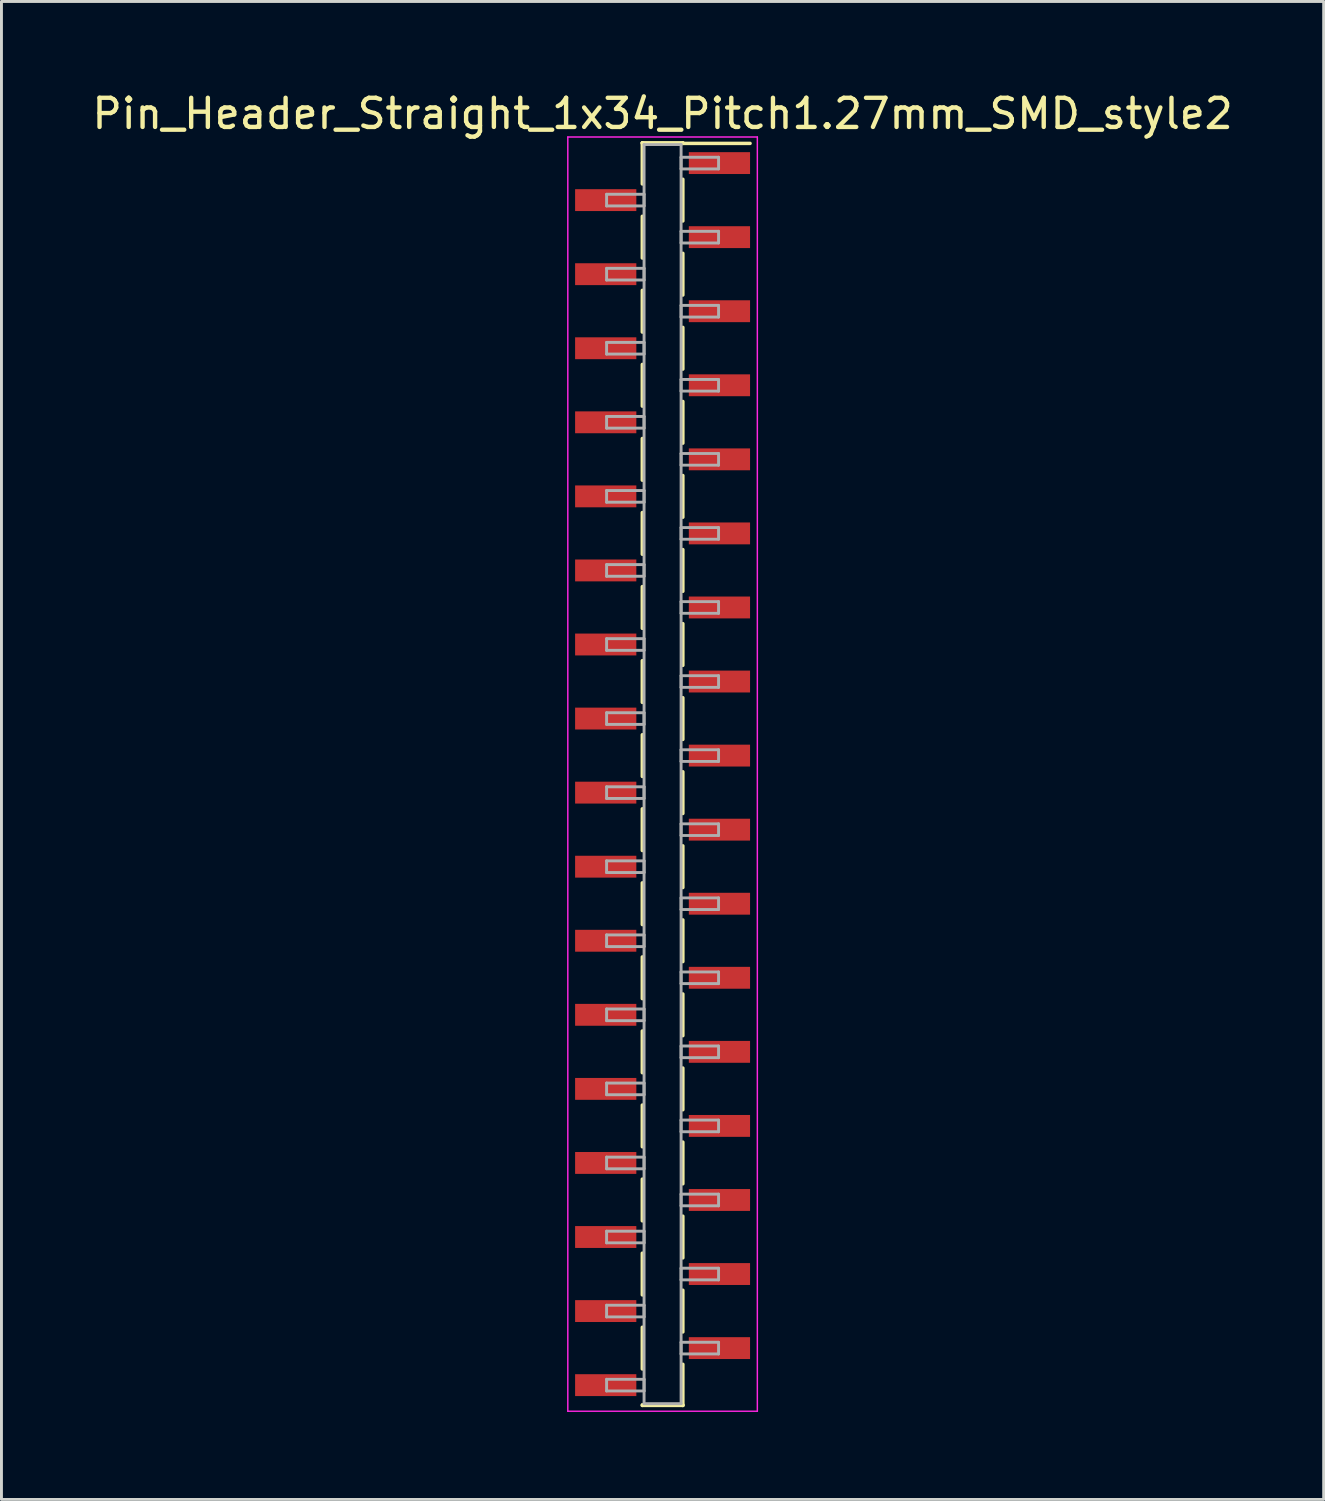
<source format=kicad_pcb>
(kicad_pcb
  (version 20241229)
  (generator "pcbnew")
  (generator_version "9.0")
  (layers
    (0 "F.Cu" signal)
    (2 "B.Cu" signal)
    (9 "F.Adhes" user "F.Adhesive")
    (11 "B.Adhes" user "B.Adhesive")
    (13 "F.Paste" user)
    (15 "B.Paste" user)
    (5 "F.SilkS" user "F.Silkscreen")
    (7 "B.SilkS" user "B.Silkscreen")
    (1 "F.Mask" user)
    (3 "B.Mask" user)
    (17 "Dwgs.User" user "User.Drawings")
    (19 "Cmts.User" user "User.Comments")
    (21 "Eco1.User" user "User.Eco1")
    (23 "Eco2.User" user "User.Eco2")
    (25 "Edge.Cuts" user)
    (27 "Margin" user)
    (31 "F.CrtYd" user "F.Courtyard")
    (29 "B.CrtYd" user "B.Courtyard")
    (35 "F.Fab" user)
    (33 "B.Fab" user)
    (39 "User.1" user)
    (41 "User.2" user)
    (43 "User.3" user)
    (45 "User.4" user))
  (footprint "Pin_Header_Straight_1x34_Pitch1.27mm_SMD_style2"
    (layer "F.Cu")
    (at 19.673 23.498)
    (property "Reference" "Pin_Header_Straight_1x34_Pitch1.27mm_SMD_style2" (at 0 -22.65 0) (layer "F.SilkS") (effects (font (size 1 1) (thickness 0.15))))
    (attr smd)
    (fp_line (start -0.695 -21.65) (end -0.695 -20.24) (stroke (width 0.12) (type solid)) (layer "F.SilkS"))
    (fp_line (start -0.695 -21.65) (end 0.695 -21.65) (stroke (width 0.12) (type solid)) (layer "F.SilkS"))
    (fp_line (start -0.695 -21.63) (end -0.695 -21.65) (stroke (width 0.12) (type solid)) (layer "F.SilkS"))
    (fp_line (start -0.695 -19.13) (end -0.695 -17.7) (stroke (width 0.12) (type solid)) (layer "F.SilkS"))
    (fp_line (start -0.695 -16.59) (end -0.695 -15.16) (stroke (width 0.12) (type solid)) (layer "F.SilkS"))
    (fp_line (start -0.695 -14.05) (end -0.695 -12.62) (stroke (width 0.12) (type solid)) (layer "F.SilkS"))
    (fp_line (start -0.695 -11.51) (end -0.695 -10.08) (stroke (width 0.12) (type solid)) (layer "F.SilkS"))
    (fp_line (start -0.695 -8.97) (end -0.695 -7.54) (stroke (width 0.12) (type solid)) (layer "F.SilkS"))
    (fp_line (start -0.695 -6.43) (end -0.695 -5) (stroke (width 0.12) (type solid)) (layer "F.SilkS"))
    (fp_line (start -0.695 -3.89) (end -0.695 -2.46) (stroke (width 0.12) (type solid)) (layer "F.SilkS"))
    (fp_line (start -0.695 -1.35) (end -0.695 0.08) (stroke (width 0.12) (type solid)) (layer "F.SilkS"))
    (fp_line (start -0.695 1.19) (end -0.695 2.62) (stroke (width 0.12) (type solid)) (layer "F.SilkS"))
    (fp_line (start -0.695 3.73) (end -0.695 5.16) (stroke (width 0.12) (type solid)) (layer "F.SilkS"))
    (fp_line (start -0.695 6.27) (end -0.695 7.7) (stroke (width 0.12) (type solid)) (layer "F.SilkS"))
    (fp_line (start -0.695 8.81) (end -0.695 10.24) (stroke (width 0.12) (type solid)) (layer "F.SilkS"))
    (fp_line (start -0.695 11.35) (end -0.695 12.78) (stroke (width 0.12) (type solid)) (layer "F.SilkS"))
    (fp_line (start -0.695 13.89) (end -0.695 15.32) (stroke (width 0.12) (type solid)) (layer "F.SilkS"))
    (fp_line (start -0.695 16.43) (end -0.695 17.86) (stroke (width 0.12) (type solid)) (layer "F.SilkS"))
    (fp_line (start -0.695 18.97) (end -0.695 20.4) (stroke (width 0.12) (type solid)) (layer "F.SilkS"))
    (fp_line (start -0.695 21.63) (end -0.695 21.65) (stroke (width 0.12) (type solid)) (layer "F.SilkS"))
    (fp_line (start -0.695 21.65) (end 0.695 21.65) (stroke (width 0.12) (type solid)) (layer "F.SilkS"))
    (fp_line (start 0.695 -21.65) (end 0.695 -21.63) (stroke (width 0.12) (type solid)) (layer "F.SilkS"))
    (fp_line (start 0.695 -21.63) (end 3 -21.63) (stroke (width 0.12) (type solid)) (layer "F.SilkS"))
    (fp_line (start 0.695 -20.4) (end 0.695 -18.97) (stroke (width 0.12) (type solid)) (layer "F.SilkS"))
    (fp_line (start 0.695 -17.86) (end 0.695 -16.43) (stroke (width 0.12) (type solid)) (layer "F.SilkS"))
    (fp_line (start 0.695 -15.32) (end 0.695 -13.89) (stroke (width 0.12) (type solid)) (layer "F.SilkS"))
    (fp_line (start 0.695 -12.78) (end 0.695 -11.35) (stroke (width 0.12) (type solid)) (layer "F.SilkS"))
    (fp_line (start 0.695 -10.24) (end 0.695 -8.81) (stroke (width 0.12) (type solid)) (layer "F.SilkS"))
    (fp_line (start 0.695 -7.7) (end 0.695 -6.27) (stroke (width 0.12) (type solid)) (layer "F.SilkS"))
    (fp_line (start 0.695 -5.16) (end 0.695 -3.73) (stroke (width 0.12) (type solid)) (layer "F.SilkS"))
    (fp_line (start 0.695 -2.62) (end 0.695 -1.19) (stroke (width 0.12) (type solid)) (layer "F.SilkS"))
    (fp_line (start 0.695 -0.08) (end 0.695 1.35) (stroke (width 0.12) (type solid)) (layer "F.SilkS"))
    (fp_line (start 0.695 2.46) (end 0.695 3.89) (stroke (width 0.12) (type solid)) (layer "F.SilkS"))
    (fp_line (start 0.695 5) (end 0.695 6.43) (stroke (width 0.12) (type solid)) (layer "F.SilkS"))
    (fp_line (start 0.695 7.54) (end 0.695 8.97) (stroke (width 0.12) (type solid)) (layer "F.SilkS"))
    (fp_line (start 0.695 10.08) (end 0.695 11.51) (stroke (width 0.12) (type solid)) (layer "F.SilkS"))
    (fp_line (start 0.695 12.62) (end 0.695 14.05) (stroke (width 0.12) (type solid)) (layer "F.SilkS"))
    (fp_line (start 0.695 15.16) (end 0.695 16.59) (stroke (width 0.12) (type solid)) (layer "F.SilkS"))
    (fp_line (start 0.695 17.7) (end 0.695 19.13) (stroke (width 0.12) (type solid)) (layer "F.SilkS"))
    (fp_line (start 0.695 20.24) (end 0.695 21.65) (stroke (width 0.12) (type solid)) (layer "F.SilkS"))
    (fp_line (start 0.695 21.65) (end 0.695 21.63) (stroke (width 0.12) (type solid)) (layer "F.SilkS"))
    (fp_line (start -3.25 -21.85) (end -3.25 21.85) (stroke (width 0.05) (type solid)) (layer "F.CrtYd"))
    (fp_line (start -3.25 21.85) (end 3.25 21.85) (stroke (width 0.05) (type solid)) (layer "F.CrtYd"))
    (fp_line (start 3.25 -21.85) (end -3.25 -21.85) (stroke (width 0.05) (type solid)) (layer "F.CrtYd"))
    (fp_line (start 3.25 21.85) (end 3.25 -21.85) (stroke (width 0.05) (type solid)) (layer "F.CrtYd"))
    (fp_line (start -1.92 -19.885) (end -0.635 -19.885) (stroke (width 0.1) (type solid)) (layer "F.Fab"))
    (fp_line (start -1.92 -19.485) (end -1.92 -19.885) (stroke (width 0.1) (type solid)) (layer "F.Fab"))
    (fp_line (start -1.92 -17.345) (end -0.635 -17.345) (stroke (width 0.1) (type solid)) (layer "F.Fab"))
    (fp_line (start -1.92 -16.945) (end -1.92 -17.345) (stroke (width 0.1) (type solid)) (layer "F.Fab"))
    (fp_line (start -1.92 -14.805) (end -0.635 -14.805) (stroke (width 0.1) (type solid)) (layer "F.Fab"))
    (fp_line (start -1.92 -14.405) (end -1.92 -14.805) (stroke (width 0.1) (type solid)) (layer "F.Fab"))
    (fp_line (start -1.92 -12.265) (end -0.635 -12.265) (stroke (width 0.1) (type solid)) (layer "F.Fab"))
    (fp_line (start -1.92 -11.865) (end -1.92 -12.265) (stroke (width 0.1) (type solid)) (layer "F.Fab"))
    (fp_line (start -1.92 -9.725) (end -0.635 -9.725) (stroke (width 0.1) (type solid)) (layer "F.Fab"))
    (fp_line (start -1.92 -9.325) (end -1.92 -9.725) (stroke (width 0.1) (type solid)) (layer "F.Fab"))
    (fp_line (start -1.92 -7.185) (end -0.635 -7.185) (stroke (width 0.1) (type solid)) (layer "F.Fab"))
    (fp_line (start -1.92 -6.785) (end -1.92 -7.185) (stroke (width 0.1) (type solid)) (layer "F.Fab"))
    (fp_line (start -1.92 -4.645) (end -0.635 -4.645) (stroke (width 0.1) (type solid)) (layer "F.Fab"))
    (fp_line (start -1.92 -4.245) (end -1.92 -4.645) (stroke (width 0.1) (type solid)) (layer "F.Fab"))
    (fp_line (start -1.92 -2.105) (end -0.635 -2.105) (stroke (width 0.1) (type solid)) (layer "F.Fab"))
    (fp_line (start -1.92 -1.705) (end -1.92 -2.105) (stroke (width 0.1) (type solid)) (layer "F.Fab"))
    (fp_line (start -1.92 0.435) (end -0.635 0.435) (stroke (width 0.1) (type solid)) (layer "F.Fab"))
    (fp_line (start -1.92 0.835) (end -1.92 0.435) (stroke (width 0.1) (type solid)) (layer "F.Fab"))
    (fp_line (start -1.92 2.975) (end -0.635 2.975) (stroke (width 0.1) (type solid)) (layer "F.Fab"))
    (fp_line (start -1.92 3.375) (end -1.92 2.975) (stroke (width 0.1) (type solid)) (layer "F.Fab"))
    (fp_line (start -1.92 5.515) (end -0.635 5.515) (stroke (width 0.1) (type solid)) (layer "F.Fab"))
    (fp_line (start -1.92 5.915) (end -1.92 5.515) (stroke (width 0.1) (type solid)) (layer "F.Fab"))
    (fp_line (start -1.92 8.055) (end -0.635 8.055) (stroke (width 0.1) (type solid)) (layer "F.Fab"))
    (fp_line (start -1.92 8.455) (end -1.92 8.055) (stroke (width 0.1) (type solid)) (layer "F.Fab"))
    (fp_line (start -1.92 10.595) (end -0.635 10.595) (stroke (width 0.1) (type solid)) (layer "F.Fab"))
    (fp_line (start -1.92 10.995) (end -1.92 10.595) (stroke (width 0.1) (type solid)) (layer "F.Fab"))
    (fp_line (start -1.92 13.135) (end -0.635 13.135) (stroke (width 0.1) (type solid)) (layer "F.Fab"))
    (fp_line (start -1.92 13.535) (end -1.92 13.135) (stroke (width 0.1) (type solid)) (layer "F.Fab"))
    (fp_line (start -1.92 15.675) (end -0.635 15.675) (stroke (width 0.1) (type solid)) (layer "F.Fab"))
    (fp_line (start -1.92 16.075) (end -1.92 15.675) (stroke (width 0.1) (type solid)) (layer "F.Fab"))
    (fp_line (start -1.92 18.215) (end -0.635 18.215) (stroke (width 0.1) (type solid)) (layer "F.Fab"))
    (fp_line (start -1.92 18.615) (end -1.92 18.215) (stroke (width 0.1) (type solid)) (layer "F.Fab"))
    (fp_line (start -1.92 20.755) (end -0.635 20.755) (stroke (width 0.1) (type solid)) (layer "F.Fab"))
    (fp_line (start -1.92 21.155) (end -1.92 20.755) (stroke (width 0.1) (type solid)) (layer "F.Fab"))
    (fp_line (start -0.635 -21.59) (end -0.635 21.59) (stroke (width 0.1) (type solid)) (layer "F.Fab"))
    (fp_line (start -0.635 -19.885) (end -0.635 -19.485) (stroke (width 0.1) (type solid)) (layer "F.Fab"))
    (fp_line (start -0.635 -19.485) (end -1.92 -19.485) (stroke (width 0.1) (type solid)) (layer "F.Fab"))
    (fp_line (start -0.635 -17.345) (end -0.635 -16.945) (stroke (width 0.1) (type solid)) (layer "F.Fab"))
    (fp_line (start -0.635 -16.945) (end -1.92 -16.945) (stroke (width 0.1) (type solid)) (layer "F.Fab"))
    (fp_line (start -0.635 -14.805) (end -0.635 -14.405) (stroke (width 0.1) (type solid)) (layer "F.Fab"))
    (fp_line (start -0.635 -14.405) (end -1.92 -14.405) (stroke (width 0.1) (type solid)) (layer "F.Fab"))
    (fp_line (start -0.635 -12.265) (end -0.635 -11.865) (stroke (width 0.1) (type solid)) (layer "F.Fab"))
    (fp_line (start -0.635 -11.865) (end -1.92 -11.865) (stroke (width 0.1) (type solid)) (layer "F.Fab"))
    (fp_line (start -0.635 -9.725) (end -0.635 -9.325) (stroke (width 0.1) (type solid)) (layer "F.Fab"))
    (fp_line (start -0.635 -9.325) (end -1.92 -9.325) (stroke (width 0.1) (type solid)) (layer "F.Fab"))
    (fp_line (start -0.635 -7.185) (end -0.635 -6.785) (stroke (width 0.1) (type solid)) (layer "F.Fab"))
    (fp_line (start -0.635 -6.785) (end -1.92 -6.785) (stroke (width 0.1) (type solid)) (layer "F.Fab"))
    (fp_line (start -0.635 -4.645) (end -0.635 -4.245) (stroke (width 0.1) (type solid)) (layer "F.Fab"))
    (fp_line (start -0.635 -4.245) (end -1.92 -4.245) (stroke (width 0.1) (type solid)) (layer "F.Fab"))
    (fp_line (start -0.635 -2.105) (end -0.635 -1.705) (stroke (width 0.1) (type solid)) (layer "F.Fab"))
    (fp_line (start -0.635 -1.705) (end -1.92 -1.705) (stroke (width 0.1) (type solid)) (layer "F.Fab"))
    (fp_line (start -0.635 0.435) (end -0.635 0.835) (stroke (width 0.1) (type solid)) (layer "F.Fab"))
    (fp_line (start -0.635 0.835) (end -1.92 0.835) (stroke (width 0.1) (type solid)) (layer "F.Fab"))
    (fp_line (start -0.635 2.975) (end -0.635 3.375) (stroke (width 0.1) (type solid)) (layer "F.Fab"))
    (fp_line (start -0.635 3.375) (end -1.92 3.375) (stroke (width 0.1) (type solid)) (layer "F.Fab"))
    (fp_line (start -0.635 5.515) (end -0.635 5.915) (stroke (width 0.1) (type solid)) (layer "F.Fab"))
    (fp_line (start -0.635 5.915) (end -1.92 5.915) (stroke (width 0.1) (type solid)) (layer "F.Fab"))
    (fp_line (start -0.635 8.055) (end -0.635 8.455) (stroke (width 0.1) (type solid)) (layer "F.Fab"))
    (fp_line (start -0.635 8.455) (end -1.92 8.455) (stroke (width 0.1) (type solid)) (layer "F.Fab"))
    (fp_line (start -0.635 10.595) (end -0.635 10.995) (stroke (width 0.1) (type solid)) (layer "F.Fab"))
    (fp_line (start -0.635 10.995) (end -1.92 10.995) (stroke (width 0.1) (type solid)) (layer "F.Fab"))
    (fp_line (start -0.635 13.135) (end -0.635 13.535) (stroke (width 0.1) (type solid)) (layer "F.Fab"))
    (fp_line (start -0.635 13.535) (end -1.92 13.535) (stroke (width 0.1) (type solid)) (layer "F.Fab"))
    (fp_line (start -0.635 15.675) (end -0.635 16.075) (stroke (width 0.1) (type solid)) (layer "F.Fab"))
    (fp_line (start -0.635 16.075) (end -1.92 16.075) (stroke (width 0.1) (type solid)) (layer "F.Fab"))
    (fp_line (start -0.635 18.215) (end -0.635 18.615) (stroke (width 0.1) (type solid)) (layer "F.Fab"))
    (fp_line (start -0.635 18.615) (end -1.92 18.615) (stroke (width 0.1) (type solid)) (layer "F.Fab"))
    (fp_line (start -0.635 20.755) (end -0.635 21.155) (stroke (width 0.1) (type solid)) (layer "F.Fab"))
    (fp_line (start -0.635 21.155) (end -1.92 21.155) (stroke (width 0.1) (type solid)) (layer "F.Fab"))
    (fp_line (start -0.635 21.59) (end 0.635 21.59) (stroke (width 0.1) (type solid)) (layer "F.Fab"))
    (fp_line (start 0.635 -21.59) (end -0.635 -21.59) (stroke (width 0.1) (type solid)) (layer "F.Fab"))
    (fp_line (start 0.635 -21.155) (end 0.635 -20.755) (stroke (width 0.1) (type solid)) (layer "F.Fab"))
    (fp_line (start 0.635 -20.755) (end 1.92 -20.755) (stroke (width 0.1) (type solid)) (layer "F.Fab"))
    (fp_line (start 0.635 -18.615) (end 0.635 -18.215) (stroke (width 0.1) (type solid)) (layer "F.Fab"))
    (fp_line (start 0.635 -18.215) (end 1.92 -18.215) (stroke (width 0.1) (type solid)) (layer "F.Fab"))
    (fp_line (start 0.635 -16.075) (end 0.635 -15.675) (stroke (width 0.1) (type solid)) (layer "F.Fab"))
    (fp_line (start 0.635 -15.675) (end 1.92 -15.675) (stroke (width 0.1) (type solid)) (layer "F.Fab"))
    (fp_line (start 0.635 -13.535) (end 0.635 -13.135) (stroke (width 0.1) (type solid)) (layer "F.Fab"))
    (fp_line (start 0.635 -13.135) (end 1.92 -13.135) (stroke (width 0.1) (type solid)) (layer "F.Fab"))
    (fp_line (start 0.635 -10.995) (end 0.635 -10.595) (stroke (width 0.1) (type solid)) (layer "F.Fab"))
    (fp_line (start 0.635 -10.595) (end 1.92 -10.595) (stroke (width 0.1) (type solid)) (layer "F.Fab"))
    (fp_line (start 0.635 -8.455) (end 0.635 -8.055) (stroke (width 0.1) (type solid)) (layer "F.Fab"))
    (fp_line (start 0.635 -8.055) (end 1.92 -8.055) (stroke (width 0.1) (type solid)) (layer "F.Fab"))
    (fp_line (start 0.635 -5.915) (end 0.635 -5.515) (stroke (width 0.1) (type solid)) (layer "F.Fab"))
    (fp_line (start 0.635 -5.515) (end 1.92 -5.515) (stroke (width 0.1) (type solid)) (layer "F.Fab"))
    (fp_line (start 0.635 -3.375) (end 0.635 -2.975) (stroke (width 0.1) (type solid)) (layer "F.Fab"))
    (fp_line (start 0.635 -2.975) (end 1.92 -2.975) (stroke (width 0.1) (type solid)) (layer "F.Fab"))
    (fp_line (start 0.635 -0.835) (end 0.635 -0.435) (stroke (width 0.1) (type solid)) (layer "F.Fab"))
    (fp_line (start 0.635 -0.435) (end 1.92 -0.435) (stroke (width 0.1) (type solid)) (layer "F.Fab"))
    (fp_line (start 0.635 1.705) (end 0.635 2.105) (stroke (width 0.1) (type solid)) (layer "F.Fab"))
    (fp_line (start 0.635 2.105) (end 1.92 2.105) (stroke (width 0.1) (type solid)) (layer "F.Fab"))
    (fp_line (start 0.635 4.245) (end 0.635 4.645) (stroke (width 0.1) (type solid)) (layer "F.Fab"))
    (fp_line (start 0.635 4.645) (end 1.92 4.645) (stroke (width 0.1) (type solid)) (layer "F.Fab"))
    (fp_line (start 0.635 6.785) (end 0.635 7.185) (stroke (width 0.1) (type solid)) (layer "F.Fab"))
    (fp_line (start 0.635 7.185) (end 1.92 7.185) (stroke (width 0.1) (type solid)) (layer "F.Fab"))
    (fp_line (start 0.635 9.325) (end 0.635 9.725) (stroke (width 0.1) (type solid)) (layer "F.Fab"))
    (fp_line (start 0.635 9.725) (end 1.92 9.725) (stroke (width 0.1) (type solid)) (layer "F.Fab"))
    (fp_line (start 0.635 11.865) (end 0.635 12.265) (stroke (width 0.1) (type solid)) (layer "F.Fab"))
    (fp_line (start 0.635 12.265) (end 1.92 12.265) (stroke (width 0.1) (type solid)) (layer "F.Fab"))
    (fp_line (start 0.635 14.405) (end 0.635 14.805) (stroke (width 0.1) (type solid)) (layer "F.Fab"))
    (fp_line (start 0.635 14.805) (end 1.92 14.805) (stroke (width 0.1) (type solid)) (layer "F.Fab"))
    (fp_line (start 0.635 16.945) (end 0.635 17.345) (stroke (width 0.1) (type solid)) (layer "F.Fab"))
    (fp_line (start 0.635 17.345) (end 1.92 17.345) (stroke (width 0.1) (type solid)) (layer "F.Fab"))
    (fp_line (start 0.635 19.485) (end 0.635 19.885) (stroke (width 0.1) (type solid)) (layer "F.Fab"))
    (fp_line (start 0.635 19.885) (end 1.92 19.885) (stroke (width 0.1) (type solid)) (layer "F.Fab"))
    (fp_line (start 0.635 21.59) (end 0.635 -21.59) (stroke (width 0.1) (type solid)) (layer "F.Fab"))
    (fp_line (start 1.92 -21.155) (end 0.635 -21.155) (stroke (width 0.1) (type solid)) (layer "F.Fab"))
    (fp_line (start 1.92 -20.755) (end 1.92 -21.155) (stroke (width 0.1) (type solid)) (layer "F.Fab"))
    (fp_line (start 1.92 -18.615) (end 0.635 -18.615) (stroke (width 0.1) (type solid)) (layer "F.Fab"))
    (fp_line (start 1.92 -18.215) (end 1.92 -18.615) (stroke (width 0.1) (type solid)) (layer "F.Fab"))
    (fp_line (start 1.92 -16.075) (end 0.635 -16.075) (stroke (width 0.1) (type solid)) (layer "F.Fab"))
    (fp_line (start 1.92 -15.675) (end 1.92 -16.075) (stroke (width 0.1) (type solid)) (layer "F.Fab"))
    (fp_line (start 1.92 -13.535) (end 0.635 -13.535) (stroke (width 0.1) (type solid)) (layer "F.Fab"))
    (fp_line (start 1.92 -13.135) (end 1.92 -13.535) (stroke (width 0.1) (type solid)) (layer "F.Fab"))
    (fp_line (start 1.92 -10.995) (end 0.635 -10.995) (stroke (width 0.1) (type solid)) (layer "F.Fab"))
    (fp_line (start 1.92 -10.595) (end 1.92 -10.995) (stroke (width 0.1) (type solid)) (layer "F.Fab"))
    (fp_line (start 1.92 -8.455) (end 0.635 -8.455) (stroke (width 0.1) (type solid)) (layer "F.Fab"))
    (fp_line (start 1.92 -8.055) (end 1.92 -8.455) (stroke (width 0.1) (type solid)) (layer "F.Fab"))
    (fp_line (start 1.92 -5.915) (end 0.635 -5.915) (stroke (width 0.1) (type solid)) (layer "F.Fab"))
    (fp_line (start 1.92 -5.515) (end 1.92 -5.915) (stroke (width 0.1) (type solid)) (layer "F.Fab"))
    (fp_line (start 1.92 -3.375) (end 0.635 -3.375) (stroke (width 0.1) (type solid)) (layer "F.Fab"))
    (fp_line (start 1.92 -2.975) (end 1.92 -3.375) (stroke (width 0.1) (type solid)) (layer "F.Fab"))
    (fp_line (start 1.92 -0.835) (end 0.635 -0.835) (stroke (width 0.1) (type solid)) (layer "F.Fab"))
    (fp_line (start 1.92 -0.435) (end 1.92 -0.835) (stroke (width 0.1) (type solid)) (layer "F.Fab"))
    (fp_line (start 1.92 1.705) (end 0.635 1.705) (stroke (width 0.1) (type solid)) (layer "F.Fab"))
    (fp_line (start 1.92 2.105) (end 1.92 1.705) (stroke (width 0.1) (type solid)) (layer "F.Fab"))
    (fp_line (start 1.92 4.245) (end 0.635 4.245) (stroke (width 0.1) (type solid)) (layer "F.Fab"))
    (fp_line (start 1.92 4.645) (end 1.92 4.245) (stroke (width 0.1) (type solid)) (layer "F.Fab"))
    (fp_line (start 1.92 6.785) (end 0.635 6.785) (stroke (width 0.1) (type solid)) (layer "F.Fab"))
    (fp_line (start 1.92 7.185) (end 1.92 6.785) (stroke (width 0.1) (type solid)) (layer "F.Fab"))
    (fp_line (start 1.92 9.325) (end 0.635 9.325) (stroke (width 0.1) (type solid)) (layer "F.Fab"))
    (fp_line (start 1.92 9.725) (end 1.92 9.325) (stroke (width 0.1) (type solid)) (layer "F.Fab"))
    (fp_line (start 1.92 11.865) (end 0.635 11.865) (stroke (width 0.1) (type solid)) (layer "F.Fab"))
    (fp_line (start 1.92 12.265) (end 1.92 11.865) (stroke (width 0.1) (type solid)) (layer "F.Fab"))
    (fp_line (start 1.92 14.405) (end 0.635 14.405) (stroke (width 0.1) (type solid)) (layer "F.Fab"))
    (fp_line (start 1.92 14.805) (end 1.92 14.405) (stroke (width 0.1) (type solid)) (layer "F.Fab"))
    (fp_line (start 1.92 16.945) (end 0.635 16.945) (stroke (width 0.1) (type solid)) (layer "F.Fab"))
    (fp_line (start 1.92 17.345) (end 1.92 16.945) (stroke (width 0.1) (type solid)) (layer "F.Fab"))
    (fp_line (start 1.92 19.485) (end 0.635 19.485) (stroke (width 0.1) (type solid)) (layer "F.Fab"))
    (fp_line (start 1.92 19.885) (end 1.92 19.485) (stroke (width 0.1) (type solid)) (layer "F.Fab"))
    (pad "1" smd rect (at 1.95 -20.955) (size 2.1 0.75) (layers "F.Cu" "F.Mask"))
    (pad "2" smd rect (at -1.95 -19.685) (size 2.1 0.75) (layers "F.Cu" "F.Mask"))
    (pad "3" smd rect (at 1.95 -18.415) (size 2.1 0.75) (layers "F.Cu" "F.Mask"))
    (pad "4" smd rect (at -1.95 -17.145) (size 2.1 0.75) (layers "F.Cu" "F.Mask"))
    (pad "5" smd rect (at 1.95 -15.875) (size 2.1 0.75) (layers "F.Cu" "F.Mask"))
    (pad "6" smd rect (at -1.95 -14.605) (size 2.1 0.75) (layers "F.Cu" "F.Mask"))
    (pad "7" smd rect (at 1.95 -13.335) (size 2.1 0.75) (layers "F.Cu" "F.Mask"))
    (pad "8" smd rect (at -1.95 -12.065) (size 2.1 0.75) (layers "F.Cu" "F.Mask"))
    (pad "9" smd rect (at 1.95 -10.795) (size 2.1 0.75) (layers "F.Cu" "F.Mask"))
    (pad "10" smd rect (at -1.95 -9.525) (size 2.1 0.75) (layers "F.Cu" "F.Mask"))
    (pad "11" smd rect (at 1.95 -8.255) (size 2.1 0.75) (layers "F.Cu" "F.Mask"))
    (pad "12" smd rect (at -1.95 -6.985) (size 2.1 0.75) (layers "F.Cu" "F.Mask"))
    (pad "13" smd rect (at 1.95 -5.715) (size 2.1 0.75) (layers "F.Cu" "F.Mask"))
    (pad "14" smd rect (at -1.95 -4.445) (size 2.1 0.75) (layers "F.Cu" "F.Mask"))
    (pad "15" smd rect (at 1.95 -3.175) (size 2.1 0.75) (layers "F.Cu" "F.Mask"))
    (pad "16" smd rect (at -1.95 -1.905) (size 2.1 0.75) (layers "F.Cu" "F.Mask"))
    (pad "17" smd rect (at 1.95 -0.635) (size 2.1 0.75) (layers "F.Cu" "F.Mask"))
    (pad "18" smd rect (at -1.95 0.635) (size 2.1 0.75) (layers "F.Cu" "F.Mask"))
    (pad "19" smd rect (at 1.95 1.905) (size 2.1 0.75) (layers "F.Cu" "F.Mask"))
    (pad "20" smd rect (at -1.95 3.175) (size 2.1 0.75) (layers "F.Cu" "F.Mask"))
    (pad "21" smd rect (at 1.95 4.445) (size 2.1 0.75) (layers "F.Cu" "F.Mask"))
    (pad "22" smd rect (at -1.95 5.715) (size 2.1 0.75) (layers "F.Cu" "F.Mask"))
    (pad "23" smd rect (at 1.95 6.985) (size 2.1 0.75) (layers "F.Cu" "F.Mask"))
    (pad "24" smd rect (at -1.95 8.255) (size 2.1 0.75) (layers "F.Cu" "F.Mask"))
    (pad "25" smd rect (at 1.95 9.525) (size 2.1 0.75) (layers "F.Cu" "F.Mask"))
    (pad "26" smd rect (at -1.95 10.795) (size 2.1 0.75) (layers "F.Cu" "F.Mask"))
    (pad "27" smd rect (at 1.95 12.065) (size 2.1 0.75) (layers "F.Cu" "F.Mask"))
    (pad "28" smd rect (at -1.95 13.335) (size 2.1 0.75) (layers "F.Cu" "F.Mask"))
    (pad "29" smd rect (at 1.95 14.605) (size 2.1 0.75) (layers "F.Cu" "F.Mask"))
    (pad "30" smd rect (at -1.95 15.875) (size 2.1 0.75) (layers "F.Cu" "F.Mask"))
    (pad "31" smd rect (at 1.95 17.145) (size 2.1 0.75) (layers "F.Cu" "F.Mask"))
    (pad "32" smd rect (at -1.95 18.415) (size 2.1 0.75) (layers "F.Cu" "F.Mask"))
    (pad "33" smd rect (at 1.95 19.685) (size 2.1 0.75) (layers "F.Cu" "F.Mask"))
    (pad "34" smd rect (at -1.95 20.955) (size 2.1 0.75) (layers "F.Cu" "F.Mask")))
  (gr_rect
    (start -3 -3)
    (end 42.345 48.373)
    (stroke (width 0.1) (type default))
    (fill no)
    (layer "Edge.Cuts")))
</source>
